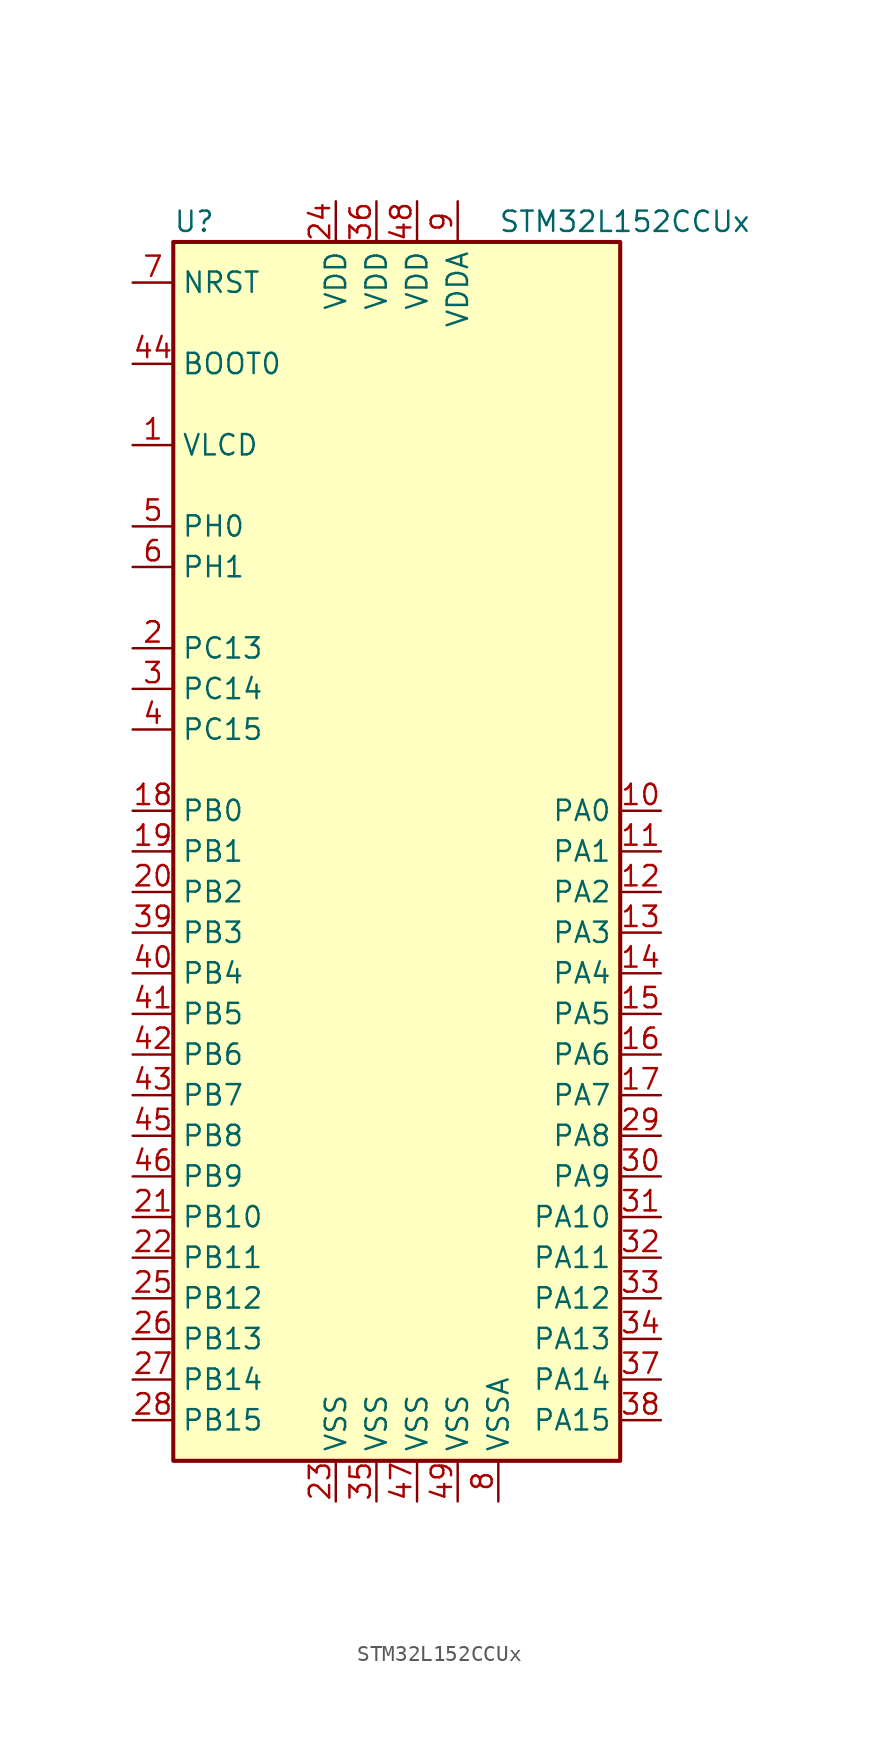
<source format=kicad_sym>
(kicad_symbol_lib
  (version 20201005)
  (generator kicad_symbol_editor)
  (symbol "STM32L152CCUx"
    (property "Reference" "U"
      (at -15.24 39.37 0)
      (effects (font (size 1.27 1.27)) (justify left)))
    (property "Value" "STM32L152CCUx"
      (at 5.08 39.37 0)
      (effects (font (size 1.27 1.27)) (justify left)))
    (symbol "STM32L152CCUx_0_1"
      (rectangle (start -15.24 -38.1) (end 12.7 38.1) (stroke (width 0.254)) (fill (type background))))
    (symbol "STM32L152CCUx_1_1"
      (pin power_in line (at -17.78 25.4 0) (length 2.54) (name "VLCD" (effects (font (size 1.27 1.27)))) (number "1" (effects (font (size 1.27 1.27)))))
      (pin bidirectional line (at 15.24 2.54 180) (length 2.54) (name "PA0" (effects (font (size 1.27 1.27)))) (number "10" (effects (font (size 1.27 1.27)))))
      (pin bidirectional line (at 15.24 0 180) (length 2.54) (name "PA1" (effects (font (size 1.27 1.27)))) (number "11" (effects (font (size 1.27 1.27)))))
      (pin bidirectional line (at 15.24 -2.54 180) (length 2.54) (name "PA2" (effects (font (size 1.27 1.27)))) (number "12" (effects (font (size 1.27 1.27)))))
      (pin bidirectional line (at 15.24 -5.08 180) (length 2.54) (name "PA3" (effects (font (size 1.27 1.27)))) (number "13" (effects (font (size 1.27 1.27)))))
      (pin bidirectional line (at 15.24 -7.62 180) (length 2.54) (name "PA4" (effects (font (size 1.27 1.27)))) (number "14" (effects (font (size 1.27 1.27)))))
      (pin bidirectional line (at 15.24 -10.16 180) (length 2.54) (name "PA5" (effects (font (size 1.27 1.27)))) (number "15" (effects (font (size 1.27 1.27)))))
      (pin bidirectional line (at 15.24 -12.7 180) (length 2.54) (name "PA6" (effects (font (size 1.27 1.27)))) (number "16" (effects (font (size 1.27 1.27)))))
      (pin bidirectional line (at 15.24 -15.24 180) (length 2.54) (name "PA7" (effects (font (size 1.27 1.27)))) (number "17" (effects (font (size 1.27 1.27)))))
      (pin bidirectional line (at -17.78 2.54 0) (length 2.54) (name "PB0" (effects (font (size 1.27 1.27)))) (number "18" (effects (font (size 1.27 1.27)))))
      (pin bidirectional line (at -17.78 0 0) (length 2.54) (name "PB1" (effects (font (size 1.27 1.27)))) (number "19" (effects (font (size 1.27 1.27)))))
      (pin bidirectional line (at -17.78 12.7 0) (length 2.54) (name "PC13" (effects (font (size 1.27 1.27)))) (number "2" (effects (font (size 1.27 1.27)))))
      (pin bidirectional line (at -17.78 -2.54 0) (length 2.54) (name "PB2" (effects (font (size 1.27 1.27)))) (number "20" (effects (font (size 1.27 1.27)))))
      (pin bidirectional line (at -17.78 -22.86 0) (length 2.54) (name "PB10" (effects (font (size 1.27 1.27)))) (number "21" (effects (font (size 1.27 1.27)))))
      (pin bidirectional line (at -17.78 -25.4 0) (length 2.54) (name "PB11" (effects (font (size 1.27 1.27)))) (number "22" (effects (font (size 1.27 1.27)))))
      (pin power_in line (at -5.08 -40.64 90) (length 2.54) (name "VSS" (effects (font (size 1.27 1.27)))) (number "23" (effects (font (size 1.27 1.27)))))
      (pin power_in line (at -5.08 40.64 270) (length 2.54) (name "VDD" (effects (font (size 1.27 1.27)))) (number "24" (effects (font (size 1.27 1.27)))))
      (pin bidirectional line (at -17.78 -27.94 0) (length 2.54) (name "PB12" (effects (font (size 1.27 1.27)))) (number "25" (effects (font (size 1.27 1.27)))))
      (pin bidirectional line (at -17.78 -30.48 0) (length 2.54) (name "PB13" (effects (font (size 1.27 1.27)))) (number "26" (effects (font (size 1.27 1.27)))))
      (pin bidirectional line (at -17.78 -33.02 0) (length 2.54) (name "PB14" (effects (font (size 1.27 1.27)))) (number "27" (effects (font (size 1.27 1.27)))))
      (pin bidirectional line (at -17.78 -35.56 0) (length 2.54) (name "PB15" (effects (font (size 1.27 1.27)))) (number "28" (effects (font (size 1.27 1.27)))))
      (pin bidirectional line (at 15.24 -17.78 180) (length 2.54) (name "PA8" (effects (font (size 1.27 1.27)))) (number "29" (effects (font (size 1.27 1.27)))))
      (pin bidirectional line (at -17.78 10.16 0) (length 2.54) (name "PC14" (effects (font (size 1.27 1.27)))) (number "3" (effects (font (size 1.27 1.27)))))
      (pin bidirectional line (at 15.24 -20.32 180) (length 2.54) (name "PA9" (effects (font (size 1.27 1.27)))) (number "30" (effects (font (size 1.27 1.27)))))
      (pin bidirectional line (at 15.24 -22.86 180) (length 2.54) (name "PA10" (effects (font (size 1.27 1.27)))) (number "31" (effects (font (size 1.27 1.27)))))
      (pin bidirectional line (at 15.24 -25.4 180) (length 2.54) (name "PA11" (effects (font (size 1.27 1.27)))) (number "32" (effects (font (size 1.27 1.27)))))
      (pin bidirectional line (at 15.24 -27.94 180) (length 2.54) (name "PA12" (effects (font (size 1.27 1.27)))) (number "33" (effects (font (size 1.27 1.27)))))
      (pin bidirectional line (at 15.24 -30.48 180) (length 2.54) (name "PA13" (effects (font (size 1.27 1.27)))) (number "34" (effects (font (size 1.27 1.27)))))
      (pin power_in line (at -2.54 -40.64 90) (length 2.54) (name "VSS" (effects (font (size 1.27 1.27)))) (number "35" (effects (font (size 1.27 1.27)))))
      (pin power_in line (at -2.54 40.64 270) (length 2.54) (name "VDD" (effects (font (size 1.27 1.27)))) (number "36" (effects (font (size 1.27 1.27)))))
      (pin bidirectional line (at 15.24 -33.02 180) (length 2.54) (name "PA14" (effects (font (size 1.27 1.27)))) (number "37" (effects (font (size 1.27 1.27)))))
      (pin bidirectional line (at 15.24 -35.56 180) (length 2.54) (name "PA15" (effects (font (size 1.27 1.27)))) (number "38" (effects (font (size 1.27 1.27)))))
      (pin bidirectional line (at -17.78 -5.08 0) (length 2.54) (name "PB3" (effects (font (size 1.27 1.27)))) (number "39" (effects (font (size 1.27 1.27)))))
      (pin bidirectional line (at -17.78 7.62 0) (length 2.54) (name "PC15" (effects (font (size 1.27 1.27)))) (number "4" (effects (font (size 1.27 1.27)))))
      (pin bidirectional line (at -17.78 -7.62 0) (length 2.54) (name "PB4" (effects (font (size 1.27 1.27)))) (number "40" (effects (font (size 1.27 1.27)))))
      (pin bidirectional line (at -17.78 -10.16 0) (length 2.54) (name "PB5" (effects (font (size 1.27 1.27)))) (number "41" (effects (font (size 1.27 1.27)))))
      (pin bidirectional line (at -17.78 -12.7 0) (length 2.54) (name "PB6" (effects (font (size 1.27 1.27)))) (number "42" (effects (font (size 1.27 1.27)))))
      (pin bidirectional line (at -17.78 -15.24 0) (length 2.54) (name "PB7" (effects (font (size 1.27 1.27)))) (number "43" (effects (font (size 1.27 1.27)))))
      (pin input line (at -17.78 30.48 0) (length 2.54) (name "BOOT0" (effects (font (size 1.27 1.27)))) (number "44" (effects (font (size 1.27 1.27)))))
      (pin bidirectional line (at -17.78 -17.78 0) (length 2.54) (name "PB8" (effects (font (size 1.27 1.27)))) (number "45" (effects (font (size 1.27 1.27)))))
      (pin bidirectional line (at -17.78 -20.32 0) (length 2.54) (name "PB9" (effects (font (size 1.27 1.27)))) (number "46" (effects (font (size 1.27 1.27)))))
      (pin power_in line (at 0 -40.64 90) (length 2.54) (name "VSS" (effects (font (size 1.27 1.27)))) (number "47" (effects (font (size 1.27 1.27)))))
      (pin power_in line (at 0 40.64 270) (length 2.54) (name "VDD" (effects (font (size 1.27 1.27)))) (number "48" (effects (font (size 1.27 1.27)))))
      (pin power_in line (at 2.54 -40.64 90) (length 2.54) (name "VSS" (effects (font (size 1.27 1.27)))) (number "49" (effects (font (size 1.27 1.27)))))
      (pin input line (at -17.78 20.32 0) (length 2.54) (name "PH0" (effects (font (size 1.27 1.27)))) (number "5" (effects (font (size 1.27 1.27)))))
      (pin input line (at -17.78 17.78 0) (length 2.54) (name "PH1" (effects (font (size 1.27 1.27)))) (number "6" (effects (font (size 1.27 1.27)))))
      (pin input line (at -17.78 35.56 0) (length 2.54) (name "NRST" (effects (font (size 1.27 1.27)))) (number "7" (effects (font (size 1.27 1.27)))))
      (pin power_in line (at 5.08 -40.64 90) (length 2.54) (name "VSSA" (effects (font (size 1.27 1.27)))) (number "8" (effects (font (size 1.27 1.27)))))
      (pin power_in line (at 2.54 40.64 270) (length 2.54) (name "VDDA" (effects (font (size 1.27 1.27)))) (number "9" (effects (font (size 1.27 1.27))))))))
</source>
